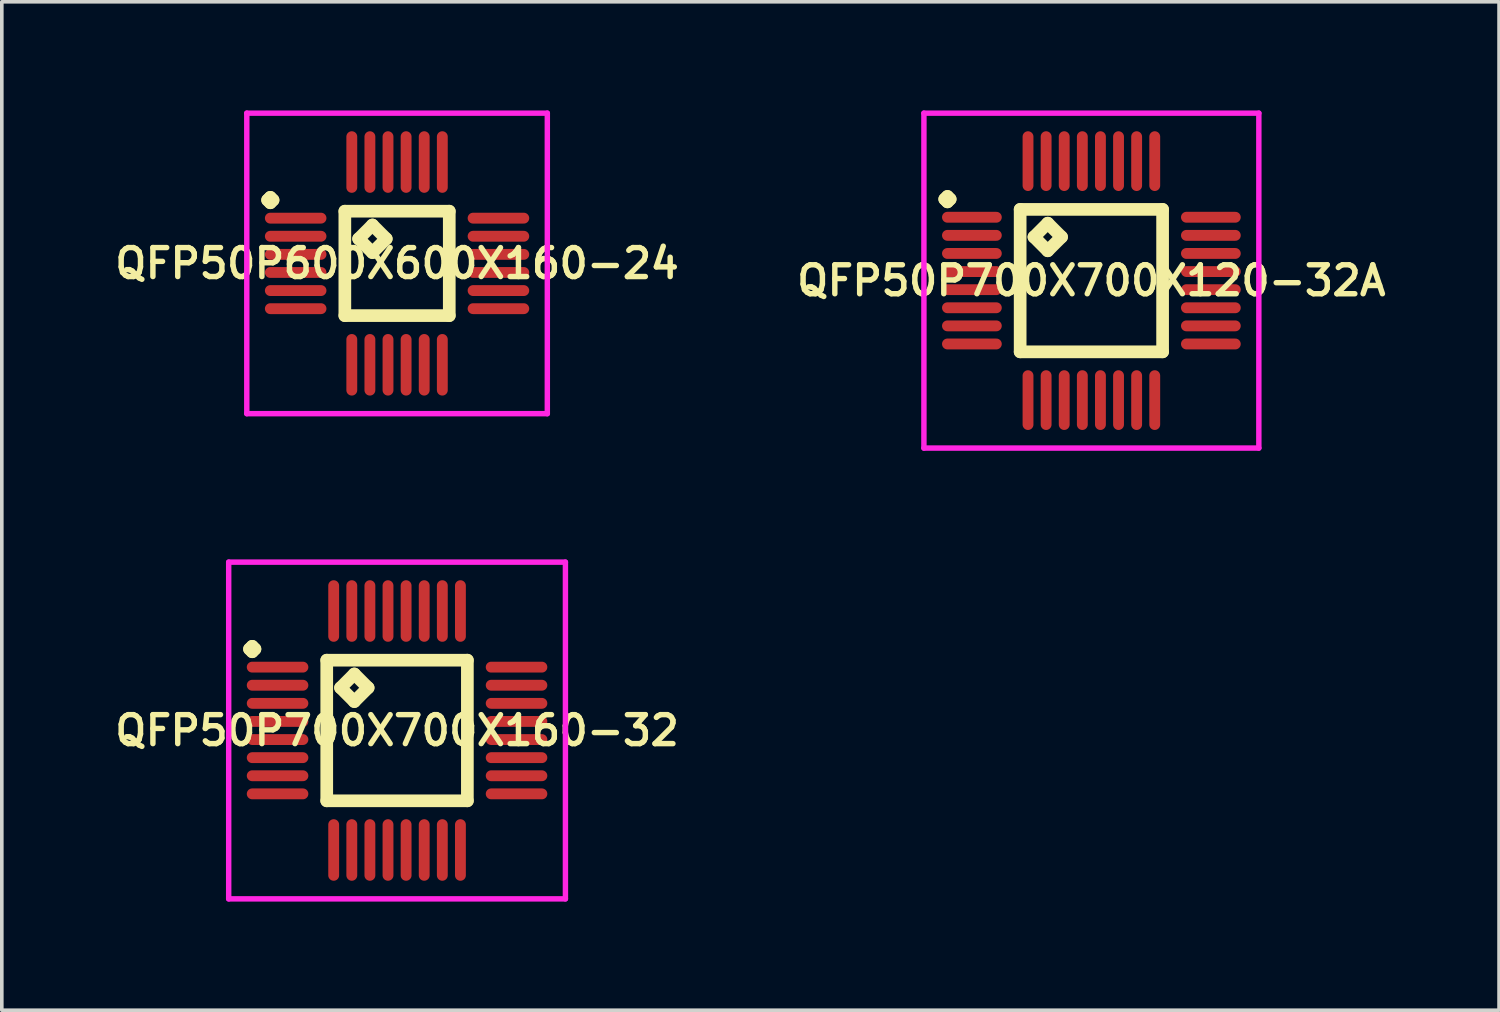
<source format=kicad_pcb>
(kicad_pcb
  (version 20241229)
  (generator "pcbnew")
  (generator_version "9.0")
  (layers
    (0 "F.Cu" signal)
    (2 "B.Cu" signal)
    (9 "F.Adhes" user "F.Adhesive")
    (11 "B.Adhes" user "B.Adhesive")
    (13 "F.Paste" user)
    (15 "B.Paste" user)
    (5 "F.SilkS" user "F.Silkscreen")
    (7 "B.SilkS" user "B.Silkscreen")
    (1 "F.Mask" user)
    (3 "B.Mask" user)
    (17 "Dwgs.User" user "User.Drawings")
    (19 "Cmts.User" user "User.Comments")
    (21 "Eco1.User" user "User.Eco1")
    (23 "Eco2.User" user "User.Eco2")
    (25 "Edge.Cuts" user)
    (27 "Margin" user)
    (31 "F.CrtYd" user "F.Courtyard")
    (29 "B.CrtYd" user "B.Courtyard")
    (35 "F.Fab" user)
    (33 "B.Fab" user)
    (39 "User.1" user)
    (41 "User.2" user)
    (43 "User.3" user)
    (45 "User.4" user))
  (footprint "QFP50P700X700X120-32A"
    (layer "F.Cu")
    (at 27.092 4.7)
    (property "Reference" "QFP50P700X700X120-32A" (at 0 0 0) (layer "F.SilkS") (effects (font (size 0.8 0.8) (thickness 0.15))))
    (attr smd)
    (fp_line (start -4.05 -2.25) (end -3.975 -2.325) (stroke (width 0.35) (type solid)) (layer "F.SilkS"))
    (fp_line (start -3.975 -2.325) (end -3.9 -2.25) (stroke (width 0.35) (type solid)) (layer "F.SilkS"))
    (fp_line (start -3.975 -2.175) (end -4.05 -2.25) (stroke (width 0.35) (type solid)) (layer "F.SilkS"))
    (fp_line (start -3.9 -2.25) (end -3.975 -2.175) (stroke (width 0.35) (type solid)) (layer "F.SilkS"))
    (fp_line (start -1.967 -1.967) (end -1.967 1.967) (stroke (width 0.35) (type solid)) (layer "F.SilkS"))
    (fp_line (start -1.967 1.967) (end 1.967 1.967) (stroke (width 0.35) (type solid)) (layer "F.SilkS"))
    (fp_line (start -1.586 -1.205) (end -1.205 -1.586) (stroke (width 0.35) (type solid)) (layer "F.SilkS"))
    (fp_line (start -1.205 -1.586) (end -0.824 -1.205) (stroke (width 0.35) (type solid)) (layer "F.SilkS"))
    (fp_line (start -1.205 -0.824) (end -1.586 -1.205) (stroke (width 0.35) (type solid)) (layer "F.SilkS"))
    (fp_line (start -0.824 -1.205) (end -1.205 -0.824) (stroke (width 0.35) (type solid)) (layer "F.SilkS"))
    (fp_line (start 1.967 -1.967) (end -1.967 -1.967) (stroke (width 0.35) (type solid)) (layer "F.SilkS"))
    (fp_line (start 1.967 1.967) (end 1.967 -1.967) (stroke (width 0.35) (type solid)) (layer "F.SilkS"))
    (fp_line (start -4.625 -4.625) (end 4.625 -4.625) (stroke (width 0.15) (type solid)) (layer "F.CrtYd"))
    (fp_line (start -4.625 4.625) (end -4.625 -4.625) (stroke (width 0.15) (type solid)) (layer "F.CrtYd"))
    (fp_line (start 4.625 -4.625) (end 4.625 4.625) (stroke (width 0.15) (type solid)) (layer "F.CrtYd"))
    (fp_line (start 4.625 4.625) (end -4.625 4.625) (stroke (width 0.15) (type solid)) (layer "F.CrtYd"))
    (pad "1" smd oval (at -3.3 -1.75) (size 1.65 0.3) (layers "F.Cu" "F.Mask" "F.Paste"))
    (pad "2" smd oval (at -3.3 -1.25) (size 1.65 0.3) (layers "F.Cu" "F.Mask" "F.Paste"))
    (pad "3" smd oval (at -3.3 -0.75) (size 1.65 0.3) (layers "F.Cu" "F.Mask" "F.Paste"))
    (pad "4" smd oval (at -3.3 -0.25) (size 1.65 0.3) (layers "F.Cu" "F.Mask" "F.Paste"))
    (pad "5" smd oval (at -3.3 0.25) (size 1.65 0.3) (layers "F.Cu" "F.Mask" "F.Paste"))
    (pad "6" smd oval (at -3.3 0.75) (size 1.65 0.3) (layers "F.Cu" "F.Mask" "F.Paste"))
    (pad "7" smd oval (at -3.3 1.25) (size 1.65 0.3) (layers "F.Cu" "F.Mask" "F.Paste"))
    (pad "8" smd oval (at -3.3 1.75) (size 1.65 0.3) (layers "F.Cu" "F.Mask" "F.Paste"))
    (pad "9" smd oval (at -1.75 3.3) (size 0.3 1.65) (layers "F.Cu" "F.Mask" "F.Paste"))
    (pad "10" smd oval (at -1.25 3.3) (size 0.3 1.65) (layers "F.Cu" "F.Mask" "F.Paste"))
    (pad "11" smd oval (at -0.75 3.3) (size 0.3 1.65) (layers "F.Cu" "F.Mask" "F.Paste"))
    (pad "12" smd oval (at -0.25 3.3) (size 0.3 1.65) (layers "F.Cu" "F.Mask" "F.Paste"))
    (pad "13" smd oval (at 0.25 3.3) (size 0.3 1.65) (layers "F.Cu" "F.Mask" "F.Paste"))
    (pad "14" smd oval (at 0.75 3.3) (size 0.3 1.65) (layers "F.Cu" "F.Mask" "F.Paste"))
    (pad "15" smd oval (at 1.25 3.3) (size 0.3 1.65) (layers "F.Cu" "F.Mask" "F.Paste"))
    (pad "16" smd oval (at 1.75 3.3) (size 0.3 1.65) (layers "F.Cu" "F.Mask" "F.Paste"))
    (pad "17" smd oval (at 3.3 1.75) (size 1.65 0.3) (layers "F.Cu" "F.Mask" "F.Paste"))
    (pad "18" smd oval (at 3.3 1.25) (size 1.65 0.3) (layers "F.Cu" "F.Mask" "F.Paste"))
    (pad "19" smd oval (at 3.3 0.75) (size 1.65 0.3) (layers "F.Cu" "F.Mask" "F.Paste"))
    (pad "20" smd oval (at 3.3 0.25) (size 1.65 0.3) (layers "F.Cu" "F.Mask" "F.Paste"))
    (pad "21" smd oval (at 3.3 -0.25) (size 1.65 0.3) (layers "F.Cu" "F.Mask" "F.Paste"))
    (pad "22" smd oval (at 3.3 -0.75) (size 1.65 0.3) (layers "F.Cu" "F.Mask" "F.Paste"))
    (pad "23" smd oval (at 3.3 -1.25) (size 1.65 0.3) (layers "F.Cu" "F.Mask" "F.Paste"))
    (pad "24" smd oval (at 3.3 -1.75) (size 1.65 0.3) (layers "F.Cu" "F.Mask" "F.Paste"))
    (pad "25" smd oval (at 1.75 -3.3) (size 0.3 1.65) (layers "F.Cu" "F.Mask" "F.Paste"))
    (pad "26" smd oval (at 1.25 -3.3) (size 0.3 1.65) (layers "F.Cu" "F.Mask" "F.Paste"))
    (pad "27" smd oval (at 0.75 -3.3) (size 0.3 1.65) (layers "F.Cu" "F.Mask" "F.Paste"))
    (pad "28" smd oval (at 0.25 -3.3) (size 0.3 1.65) (layers "F.Cu" "F.Mask" "F.Paste"))
    (pad "29" smd oval (at -0.25 -3.3) (size 0.3 1.65) (layers "F.Cu" "F.Mask" "F.Paste"))
    (pad "30" smd oval (at -0.75 -3.3) (size 0.3 1.65) (layers "F.Cu" "F.Mask" "F.Paste"))
    (pad "31" smd oval (at -1.25 -3.3) (size 0.3 1.65) (layers "F.Cu" "F.Mask" "F.Paste"))
    (pad "32" smd oval (at -1.75 -3.3) (size 0.3 1.65) (layers "F.Cu" "F.Mask" "F.Paste")))
  (footprint "QFP50P600X600X160-24"
    (layer "F.Cu")
    (at 7.916 4.225)
    (property "Reference" "QFP50P600X600X160-24" (at 0 0 0) (layer "F.SilkS") (effects (font (size 0.8 0.8) (thickness 0.15))))
    (attr smd)
    (fp_line (start -3.575 -1.75) (end -3.5 -1.825) (stroke (width 0.35) (type solid)) (layer "F.SilkS"))
    (fp_line (start -3.5 -1.825) (end -3.425 -1.75) (stroke (width 0.35) (type solid)) (layer "F.SilkS"))
    (fp_line (start -3.5 -1.675) (end -3.575 -1.75) (stroke (width 0.35) (type solid)) (layer "F.SilkS"))
    (fp_line (start -3.425 -1.75) (end -3.5 -1.675) (stroke (width 0.35) (type solid)) (layer "F.SilkS"))
    (fp_line (start -1.442 -1.442) (end -1.442 1.442) (stroke (width 0.35) (type solid)) (layer "F.SilkS"))
    (fp_line (start -1.442 1.442) (end 1.442 1.442) (stroke (width 0.35) (type solid)) (layer "F.SilkS"))
    (fp_line (start -1.061 -0.68) (end -0.68 -1.061) (stroke (width 0.35) (type solid)) (layer "F.SilkS"))
    (fp_line (start -0.68 -1.061) (end -0.299 -0.68) (stroke (width 0.35) (type solid)) (layer "F.SilkS"))
    (fp_line (start -0.68 -0.299) (end -1.061 -0.68) (stroke (width 0.35) (type solid)) (layer "F.SilkS"))
    (fp_line (start -0.299 -0.68) (end -0.68 -0.299) (stroke (width 0.35) (type solid)) (layer "F.SilkS"))
    (fp_line (start 1.442 -1.442) (end -1.442 -1.442) (stroke (width 0.35) (type solid)) (layer "F.SilkS"))
    (fp_line (start 1.442 1.442) (end 1.442 -1.442) (stroke (width 0.35) (type solid)) (layer "F.SilkS"))
    (fp_line (start -4.15 -4.15) (end 4.15 -4.15) (stroke (width 0.15) (type solid)) (layer "F.CrtYd"))
    (fp_line (start -4.15 4.15) (end -4.15 -4.15) (stroke (width 0.15) (type solid)) (layer "F.CrtYd"))
    (fp_line (start 4.15 -4.15) (end 4.15 4.15) (stroke (width 0.15) (type solid)) (layer "F.CrtYd"))
    (fp_line (start 4.15 4.15) (end -4.15 4.15) (stroke (width 0.15) (type solid)) (layer "F.CrtYd"))
    (pad "1" smd oval (at -2.8 -1.25) (size 1.7 0.3) (layers "F.Cu" "F.Mask" "F.Paste"))
    (pad "2" smd oval (at -2.8 -0.75) (size 1.7 0.3) (layers "F.Cu" "F.Mask" "F.Paste"))
    (pad "3" smd oval (at -2.8 -0.25) (size 1.7 0.3) (layers "F.Cu" "F.Mask" "F.Paste"))
    (pad "4" smd oval (at -2.8 0.25) (size 1.7 0.3) (layers "F.Cu" "F.Mask" "F.Paste"))
    (pad "5" smd oval (at -2.8 0.75) (size 1.7 0.3) (layers "F.Cu" "F.Mask" "F.Paste"))
    (pad "6" smd oval (at -2.8 1.25) (size 1.7 0.3) (layers "F.Cu" "F.Mask" "F.Paste"))
    (pad "7" smd oval (at -1.25 2.8) (size 0.3 1.7) (layers "F.Cu" "F.Mask" "F.Paste"))
    (pad "8" smd oval (at -0.75 2.8) (size 0.3 1.7) (layers "F.Cu" "F.Mask" "F.Paste"))
    (pad "9" smd oval (at -0.25 2.8) (size 0.3 1.7) (layers "F.Cu" "F.Mask" "F.Paste"))
    (pad "10" smd oval (at 0.25 2.8) (size 0.3 1.7) (layers "F.Cu" "F.Mask" "F.Paste"))
    (pad "11" smd oval (at 0.75 2.8) (size 0.3 1.7) (layers "F.Cu" "F.Mask" "F.Paste"))
    (pad "12" smd oval (at 1.25 2.8) (size 0.3 1.7) (layers "F.Cu" "F.Mask" "F.Paste"))
    (pad "13" smd oval (at 2.8 1.25) (size 1.7 0.3) (layers "F.Cu" "F.Mask" "F.Paste"))
    (pad "14" smd oval (at 2.8 0.75) (size 1.7 0.3) (layers "F.Cu" "F.Mask" "F.Paste"))
    (pad "15" smd oval (at 2.8 0.25) (size 1.7 0.3) (layers "F.Cu" "F.Mask" "F.Paste"))
    (pad "16" smd oval (at 2.8 -0.25) (size 1.7 0.3) (layers "F.Cu" "F.Mask" "F.Paste"))
    (pad "17" smd oval (at 2.8 -0.75) (size 1.7 0.3) (layers "F.Cu" "F.Mask" "F.Paste"))
    (pad "18" smd oval (at 2.8 -1.25) (size 1.7 0.3) (layers "F.Cu" "F.Mask" "F.Paste"))
    (pad "19" smd oval (at 1.25 -2.8) (size 0.3 1.7) (layers "F.Cu" "F.Mask" "F.Paste"))
    (pad "20" smd oval (at 0.75 -2.8) (size 0.3 1.7) (layers "F.Cu" "F.Mask" "F.Paste"))
    (pad "21" smd oval (at 0.25 -2.8) (size 0.3 1.7) (layers "F.Cu" "F.Mask" "F.Paste"))
    (pad "22" smd oval (at -0.25 -2.8) (size 0.3 1.7) (layers "F.Cu" "F.Mask" "F.Paste"))
    (pad "23" smd oval (at -0.75 -2.8) (size 0.3 1.7) (layers "F.Cu" "F.Mask" "F.Paste"))
    (pad "24" smd oval (at -1.25 -2.8) (size 0.3 1.7) (layers "F.Cu" "F.Mask" "F.Paste")))
  (footprint "QFP50P700X700X160-32"
    (layer "F.Cu")
    (at 7.916 17.125)
    (property "Reference" "QFP50P700X700X160-32" (at 0 0 0) (layer "F.SilkS") (effects (font (size 0.8 0.8) (thickness 0.15))))
    (attr smd)
    (fp_line (start -4.075 -2.25) (end -4 -2.325) (stroke (width 0.35) (type solid)) (layer "F.SilkS"))
    (fp_line (start -4 -2.325) (end -3.925 -2.25) (stroke (width 0.35) (type solid)) (layer "F.SilkS"))
    (fp_line (start -4 -2.175) (end -4.075 -2.25) (stroke (width 0.35) (type solid)) (layer "F.SilkS"))
    (fp_line (start -3.925 -2.25) (end -4 -2.175) (stroke (width 0.35) (type solid)) (layer "F.SilkS"))
    (fp_line (start -1.942 -1.942) (end -1.942 1.942) (stroke (width 0.35) (type solid)) (layer "F.SilkS"))
    (fp_line (start -1.942 1.942) (end 1.942 1.942) (stroke (width 0.35) (type solid)) (layer "F.SilkS"))
    (fp_line (start -1.561 -1.18) (end -1.18 -1.561) (stroke (width 0.35) (type solid)) (layer "F.SilkS"))
    (fp_line (start -1.18 -1.561) (end -0.799 -1.18) (stroke (width 0.35) (type solid)) (layer "F.SilkS"))
    (fp_line (start -1.18 -0.799) (end -1.561 -1.18) (stroke (width 0.35) (type solid)) (layer "F.SilkS"))
    (fp_line (start -0.799 -1.18) (end -1.18 -0.799) (stroke (width 0.35) (type solid)) (layer "F.SilkS"))
    (fp_line (start 1.942 -1.942) (end -1.942 -1.942) (stroke (width 0.35) (type solid)) (layer "F.SilkS"))
    (fp_line (start 1.942 1.942) (end 1.942 -1.942) (stroke (width 0.35) (type solid)) (layer "F.SilkS"))
    (fp_line (start -4.65 -4.65) (end 4.65 -4.65) (stroke (width 0.15) (type solid)) (layer "F.CrtYd"))
    (fp_line (start -4.65 4.65) (end -4.65 -4.65) (stroke (width 0.15) (type solid)) (layer "F.CrtYd"))
    (fp_line (start 4.65 -4.65) (end 4.65 4.65) (stroke (width 0.15) (type solid)) (layer "F.CrtYd"))
    (fp_line (start 4.65 4.65) (end -4.65 4.65) (stroke (width 0.15) (type solid)) (layer "F.CrtYd"))
    (pad "1" smd oval (at -3.3 -1.75) (size 1.7 0.3) (layers "F.Cu" "F.Mask" "F.Paste"))
    (pad "2" smd oval (at -3.3 -1.25) (size 1.7 0.3) (layers "F.Cu" "F.Mask" "F.Paste"))
    (pad "3" smd oval (at -3.3 -0.75) (size 1.7 0.3) (layers "F.Cu" "F.Mask" "F.Paste"))
    (pad "4" smd oval (at -3.3 -0.25) (size 1.7 0.3) (layers "F.Cu" "F.Mask" "F.Paste"))
    (pad "5" smd oval (at -3.3 0.25) (size 1.7 0.3) (layers "F.Cu" "F.Mask" "F.Paste"))
    (pad "6" smd oval (at -3.3 0.75) (size 1.7 0.3) (layers "F.Cu" "F.Mask" "F.Paste"))
    (pad "7" smd oval (at -3.3 1.25) (size 1.7 0.3) (layers "F.Cu" "F.Mask" "F.Paste"))
    (pad "8" smd oval (at -3.3 1.75) (size 1.7 0.3) (layers "F.Cu" "F.Mask" "F.Paste"))
    (pad "9" smd oval (at -1.75 3.3) (size 0.3 1.7) (layers "F.Cu" "F.Mask" "F.Paste"))
    (pad "10" smd oval (at -1.25 3.3) (size 0.3 1.7) (layers "F.Cu" "F.Mask" "F.Paste"))
    (pad "11" smd oval (at -0.75 3.3) (size 0.3 1.7) (layers "F.Cu" "F.Mask" "F.Paste"))
    (pad "12" smd oval (at -0.25 3.3) (size 0.3 1.7) (layers "F.Cu" "F.Mask" "F.Paste"))
    (pad "13" smd oval (at 0.25 3.3) (size 0.3 1.7) (layers "F.Cu" "F.Mask" "F.Paste"))
    (pad "14" smd oval (at 0.75 3.3) (size 0.3 1.7) (layers "F.Cu" "F.Mask" "F.Paste"))
    (pad "15" smd oval (at 1.25 3.3) (size 0.3 1.7) (layers "F.Cu" "F.Mask" "F.Paste"))
    (pad "16" smd oval (at 1.75 3.3) (size 0.3 1.7) (layers "F.Cu" "F.Mask" "F.Paste"))
    (pad "17" smd oval (at 3.3 1.75) (size 1.7 0.3) (layers "F.Cu" "F.Mask" "F.Paste"))
    (pad "18" smd oval (at 3.3 1.25) (size 1.7 0.3) (layers "F.Cu" "F.Mask" "F.Paste"))
    (pad "19" smd oval (at 3.3 0.75) (size 1.7 0.3) (layers "F.Cu" "F.Mask" "F.Paste"))
    (pad "20" smd oval (at 3.3 0.25) (size 1.7 0.3) (layers "F.Cu" "F.Mask" "F.Paste"))
    (pad "21" smd oval (at 3.3 -0.25) (size 1.7 0.3) (layers "F.Cu" "F.Mask" "F.Paste"))
    (pad "22" smd oval (at 3.3 -0.75) (size 1.7 0.3) (layers "F.Cu" "F.Mask" "F.Paste"))
    (pad "23" smd oval (at 3.3 -1.25) (size 1.7 0.3) (layers "F.Cu" "F.Mask" "F.Paste"))
    (pad "24" smd oval (at 3.3 -1.75) (size 1.7 0.3) (layers "F.Cu" "F.Mask" "F.Paste"))
    (pad "25" smd oval (at 1.75 -3.3) (size 0.3 1.7) (layers "F.Cu" "F.Mask" "F.Paste"))
    (pad "26" smd oval (at 1.25 -3.3) (size 0.3 1.7) (layers "F.Cu" "F.Mask" "F.Paste"))
    (pad "27" smd oval (at 0.75 -3.3) (size 0.3 1.7) (layers "F.Cu" "F.Mask" "F.Paste"))
    (pad "28" smd oval (at 0.25 -3.3) (size 0.3 1.7) (layers "F.Cu" "F.Mask" "F.Paste"))
    (pad "29" smd oval (at -0.25 -3.3) (size 0.3 1.7) (layers "F.Cu" "F.Mask" "F.Paste"))
    (pad "30" smd oval (at -0.75 -3.3) (size 0.3 1.7) (layers "F.Cu" "F.Mask" "F.Paste"))
    (pad "31" smd oval (at -1.25 -3.3) (size 0.3 1.7) (layers "F.Cu" "F.Mask" "F.Paste"))
    (pad "32" smd oval (at -1.75 -3.3) (size 0.3 1.7) (layers "F.Cu" "F.Mask" "F.Paste")))
  (gr_rect
    (start -3 -3)
    (end 38.351 24.85)
    (stroke (width 0.1) (type default))
    (fill no)
    (layer "Edge.Cuts")))
</source>
